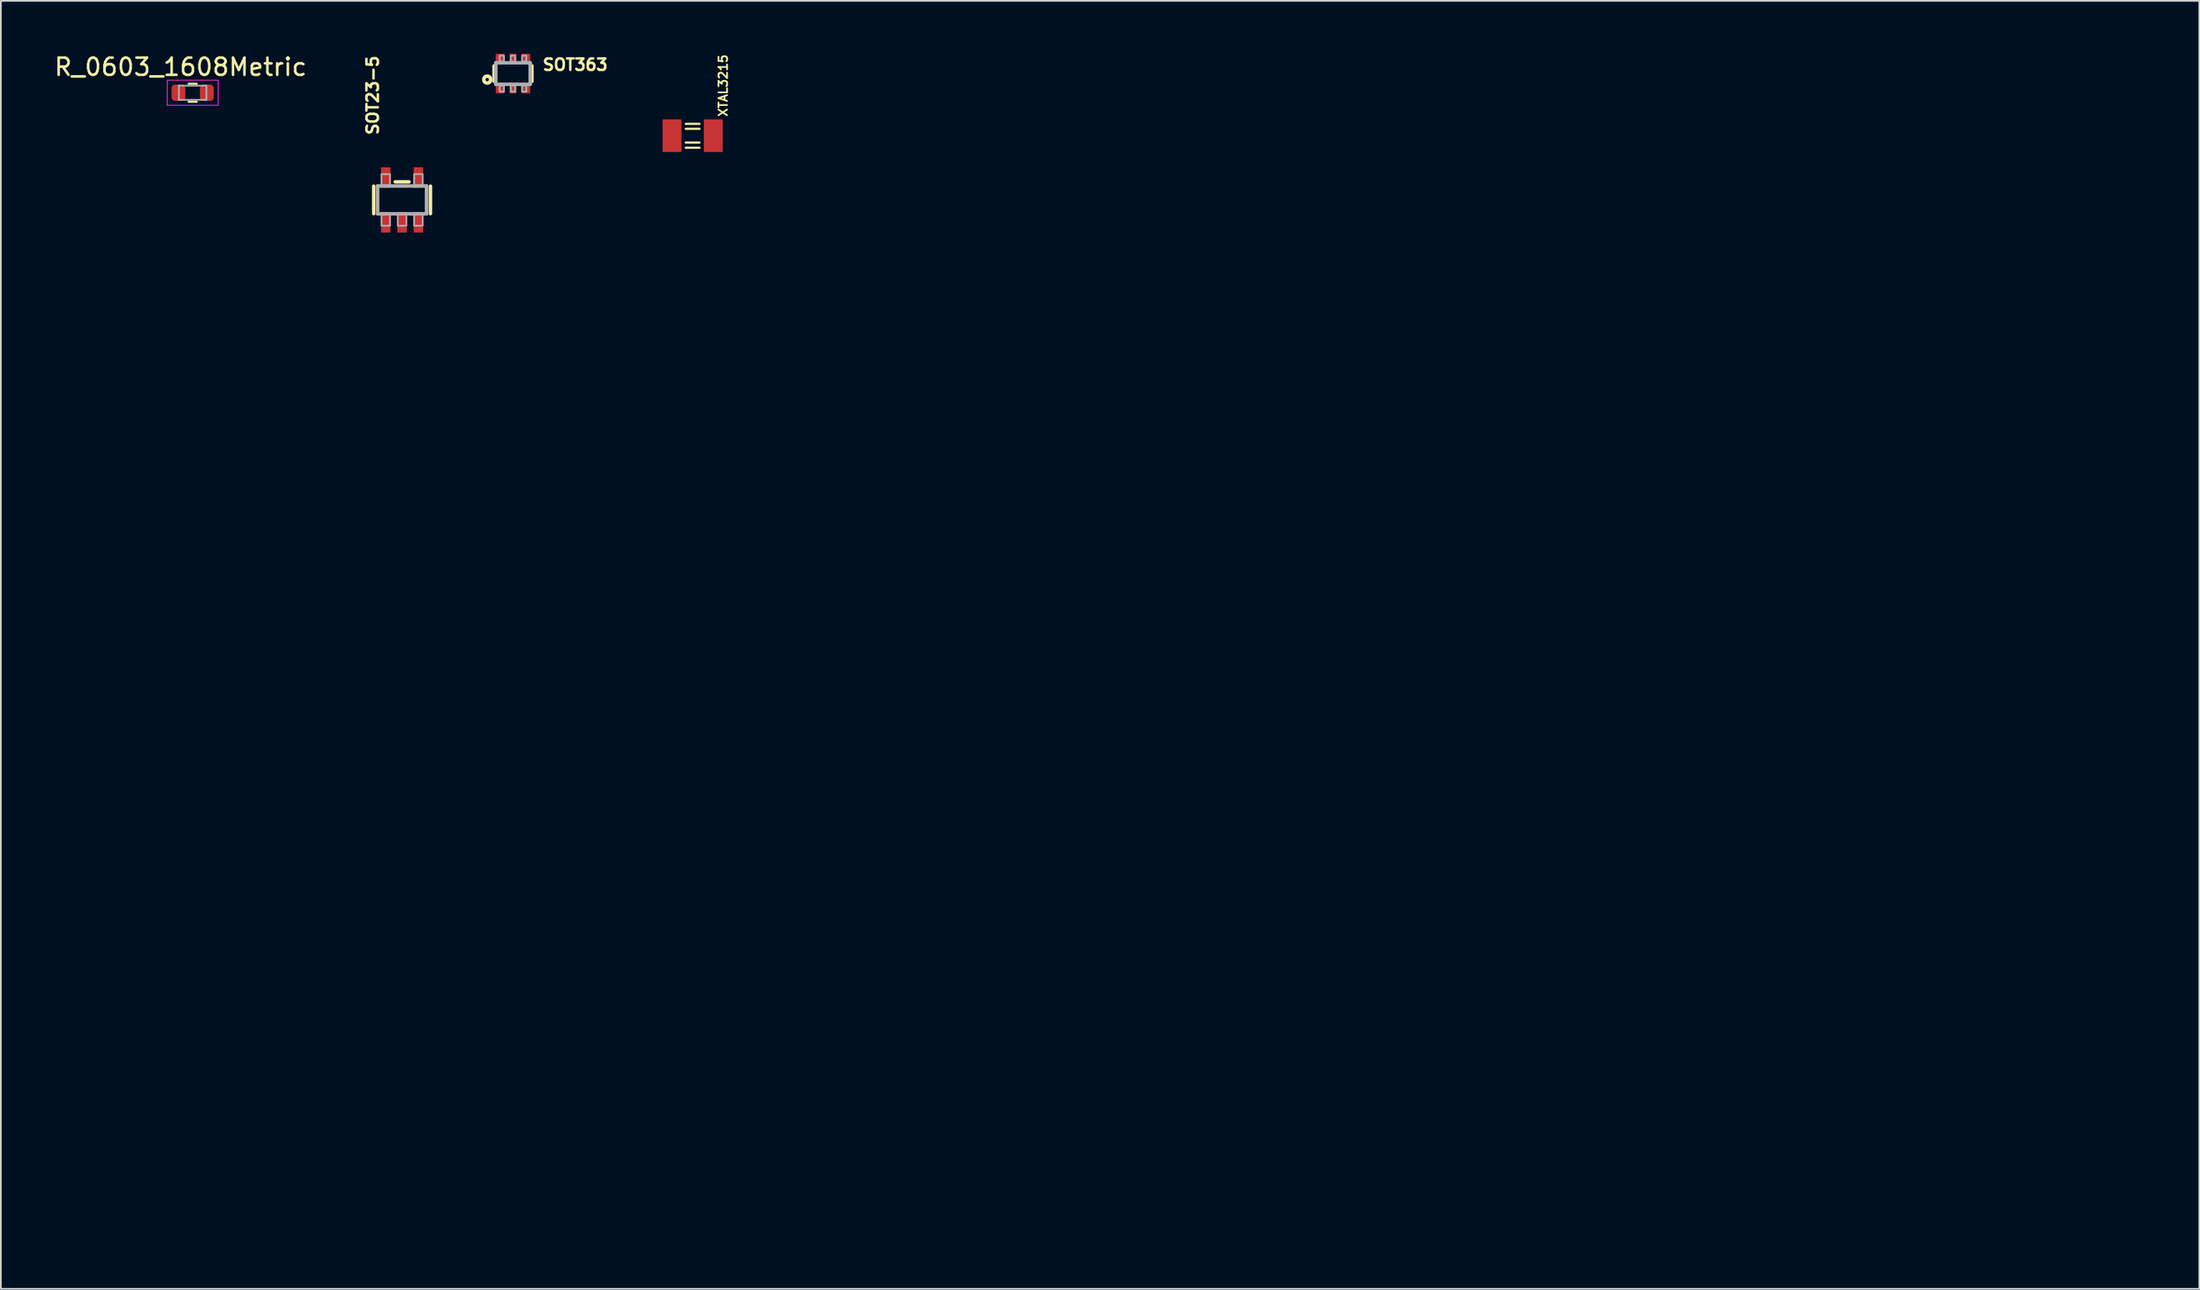
<source format=kicad_pcb>
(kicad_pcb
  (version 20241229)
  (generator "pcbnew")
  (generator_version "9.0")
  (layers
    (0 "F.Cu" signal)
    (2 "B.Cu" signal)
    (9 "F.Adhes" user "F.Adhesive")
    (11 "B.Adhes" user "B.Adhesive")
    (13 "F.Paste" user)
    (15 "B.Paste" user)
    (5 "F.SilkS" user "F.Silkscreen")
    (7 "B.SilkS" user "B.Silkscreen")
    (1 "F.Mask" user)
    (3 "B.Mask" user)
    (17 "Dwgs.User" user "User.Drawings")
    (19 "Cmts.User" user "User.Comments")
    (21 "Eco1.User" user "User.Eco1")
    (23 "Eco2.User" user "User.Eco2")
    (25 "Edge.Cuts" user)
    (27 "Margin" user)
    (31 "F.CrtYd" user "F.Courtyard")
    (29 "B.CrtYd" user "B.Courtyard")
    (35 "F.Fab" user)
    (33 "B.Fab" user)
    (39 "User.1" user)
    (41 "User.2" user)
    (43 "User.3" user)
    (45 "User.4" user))
  (footprint "SOT363"
    (layer "F.Cu")
    (at 26.795 1.232)
    (property "Reference" "SOT363" (at 1.651 -0.127 0) (layer "F.SilkS") (effects (font (size 0.666 0.666) (thickness 0.146)) (justify left bottom)))
    (fp_line (start -1.1 -0.45) (end -1.1 0.45) (stroke (width 0.203) (type solid)) (layer "F.SilkS"))
    (fp_line (start 1.1 -0.45) (end 1.1 0.45) (stroke (width 0.203) (type solid)) (layer "F.SilkS"))
    (fp_circle (center -1.5 0.35) (end -1.4 0.35) (stroke (width 0.203) (type solid)) (fill no) (layer "F.SilkS"))
    (fp_line (start -1 -0.625) (end 1 -0.625) (stroke (width 0.203) (type solid)) (layer "F.Fab"))
    (fp_line (start -1 0.625) (end -1 -0.625) (stroke (width 0.203) (type solid)) (layer "F.Fab"))
    (fp_line (start 1 -0.625) (end 1 0.625) (stroke (width 0.203) (type solid)) (layer "F.Fab"))
    (fp_line (start 1 0.625) (end -1 0.625) (stroke (width 0.203) (type solid)) (layer "F.Fab"))
    (fp_poly (pts (xy -0.775 -0.7) (xy -0.525 -0.7) (xy -0.525 -1.05) (xy -0.775 -1.05)) (stroke (width 0.1) (type solid)) (fill no) (layer "F.Fab"))
    (fp_poly (pts (xy -0.775 1.05) (xy -0.525 1.05) (xy -0.525 0.7) (xy -0.775 0.7)) (stroke (width 0.1) (type solid)) (fill no) (layer "F.Fab"))
    (fp_poly (pts (xy -0.125 -0.7) (xy 0.125 -0.7) (xy 0.125 -1.05) (xy -0.125 -1.05)) (stroke (width 0.1) (type solid)) (fill no) (layer "F.Fab"))
    (fp_poly (pts (xy -0.125 1.05) (xy 0.125 1.05) (xy 0.125 0.7) (xy -0.125 0.7)) (stroke (width 0.1) (type solid)) (fill no) (layer "F.Fab"))
    (fp_poly (pts (xy 0.525 -0.7) (xy 0.775 -0.7) (xy 0.775 -1.05) (xy 0.525 -1.05)) (stroke (width 0.1) (type solid)) (fill no) (layer "F.Fab"))
    (fp_poly (pts (xy 0.525 1.05) (xy 0.775 1.05) (xy 0.775 0.7) (xy 0.525 0.7)) (stroke (width 0.1) (type solid)) (fill no) (layer "F.Fab"))
    (pad "1" smd rect (at -0.75 0.9) (size 0.5 0.5) (layers "F.Cu" "F.Mask" "F.Paste"))
    (pad "2" smd rect (at 0 0.9) (size 0.4 0.5) (layers "F.Cu" "F.Mask" "F.Paste"))
    (pad "3" smd rect (at 0.75 0.9) (size 0.5 0.5) (layers "F.Cu" "F.Mask" "F.Paste"))
    (pad "4" smd rect (at 0.75 -0.9) (size 0.5 0.5) (layers "F.Cu" "F.Mask" "F.Paste"))
    (pad "5" smd rect (at 0 -0.9) (size 0.4 0.5) (layers "F.Cu" "F.Mask" "F.Paste"))
    (pad "6" smd rect (at -0.75 -0.9) (size 0.5 0.5) (layers "F.Cu" "F.Mask" "F.Paste")))
  (footprint "R_0603_1608Metric"
    (layer "F.Cu")
    (at 8.158 2.348)
    (property "Reference" "R_0603_1608Metric" (at -0.7 -1.5 180) (layer "F.SilkS") (effects (font (size 1 1) (thickness 0.15))))
    (attr smd)
    (fp_line (start -0.237 -0.522) (end 0.237 -0.522) (stroke (width 0.12) (type solid)) (layer "F.SilkS"))
    (fp_line (start -0.237 0.522) (end 0.237 0.522) (stroke (width 0.12) (type solid)) (layer "F.SilkS"))
    (fp_line (start -1.48 -0.73) (end 1.48 -0.73) (stroke (width 0.05) (type solid)) (layer "F.CrtYd"))
    (fp_line (start -1.48 0.73) (end -1.48 -0.73) (stroke (width 0.05) (type solid)) (layer "F.CrtYd"))
    (fp_line (start 1.48 -0.73) (end 1.48 0.73) (stroke (width 0.05) (type solid)) (layer "F.CrtYd"))
    (fp_line (start 1.48 0.73) (end -1.48 0.73) (stroke (width 0.05) (type solid)) (layer "F.CrtYd"))
    (fp_line (start -0.8 -0.412) (end 0.8 -0.412) (stroke (width 0.1) (type solid)) (layer "F.Fab"))
    (fp_line (start -0.8 0.412) (end -0.8 -0.412) (stroke (width 0.1) (type solid)) (layer "F.Fab"))
    (fp_line (start 0.8 -0.412) (end 0.8 0.412) (stroke (width 0.1) (type solid)) (layer "F.Fab"))
    (fp_line (start 0.8 0.412) (end -0.8 0.412) (stroke (width 0.1) (type solid)) (layer "F.Fab"))
    (pad "1" smd roundrect (at -0.825 0) (size 0.8 0.95) (layers "F.Cu" "F.Mask" "F.Paste") (roundrect_rratio 0.25))
    (pad "2" smd roundrect (at 0.825 0) (size 0.8 0.95) (layers "F.Cu" "F.Mask" "F.Paste") (roundrect_rratio 0.25)))
  (footprint "SOT23-5"
    (layer "F.Cu")
    (at 20.342 8.584)
    (property "Reference" "SOT23-5" (at -1.32 -3.708 90) (layer "F.SilkS") (effects (font (size 0.666 0.666) (thickness 0.146)) (justify left bottom)))
    (fp_line (start -1.65 -0.8) (end -1.65 0.8) (stroke (width 0.203) (type solid)) (layer "F.SilkS"))
    (fp_line (start -0.4 -1.05) (end 0.4 -1.05) (stroke (width 0.203) (type solid)) (layer "F.SilkS"))
    (fp_line (start 1.65 -0.8) (end 1.65 0.8) (stroke (width 0.203) (type solid)) (layer "F.SilkS"))
    (fp_line (start -1.422 -0.81) (end 1.422 -0.81) (stroke (width 0.203) (type solid)) (layer "F.Fab"))
    (fp_line (start -1.422 0.81) (end -1.422 -0.81) (stroke (width 0.203) (type solid)) (layer "F.Fab"))
    (fp_line (start 1.422 -0.81) (end 1.422 0.81) (stroke (width 0.203) (type solid)) (layer "F.Fab"))
    (fp_line (start 1.422 0.81) (end -1.422 0.81) (stroke (width 0.203) (type solid)) (layer "F.Fab"))
    (fp_poly (pts (xy -1.2 -0.85) (xy -0.7 -0.85) (xy -0.7 -1.5) (xy -1.2 -1.5)) (stroke (width 0.1) (type solid)) (fill no) (layer "F.Fab"))
    (fp_poly (pts (xy -1.2 1.5) (xy -0.7 1.5) (xy -0.7 0.85) (xy -1.2 0.85)) (stroke (width 0.1) (type solid)) (fill no) (layer "F.Fab"))
    (fp_poly (pts (xy -0.25 1.5) (xy 0.25 1.5) (xy 0.25 0.85) (xy -0.25 0.85)) (stroke (width 0.1) (type solid)) (fill no) (layer "F.Fab"))
    (fp_poly (pts (xy 0.7 -0.85) (xy 1.2 -0.85) (xy 1.2 -1.5) (xy 0.7 -1.5)) (stroke (width 0.1) (type solid)) (fill no) (layer "F.Fab"))
    (fp_poly (pts (xy 0.7 1.5) (xy 1.2 1.5) (xy 1.2 0.85) (xy 0.7 0.85)) (stroke (width 0.1) (type solid)) (fill no) (layer "F.Fab"))
    (pad "1" smd rect (at -0.95 1.3) (size 0.55 1.2) (layers "F.Cu" "F.Mask" "F.Paste"))
    (pad "2" smd rect (at 0 1.3) (size 0.55 1.2) (layers "F.Cu" "F.Mask" "F.Paste"))
    (pad "3" smd rect (at 0.95 1.3) (size 0.55 1.2) (layers "F.Cu" "F.Mask" "F.Paste"))
    (pad "4" smd rect (at 0.95 -1.3) (size 0.55 1.2) (layers "F.Cu" "F.Mask" "F.Paste"))
    (pad "5" smd rect (at -0.95 -1.3) (size 0.55 1.2) (layers "F.Cu" "F.Mask" "F.Paste")))
  (footprint "XTAL3215"
    (layer "F.Cu")
    (at 37.247 4.847)
    (property "Reference" "XTAL3215" (at 2.068 -1.052 90) (layer "F.SilkS") (effects (font (size 0.5 0.5) (thickness 0.1)) (justify left bottom)))
    (fp_line (start -0.4 -0.69) (end 0.4 -0.69) (stroke (width 0.127) (type solid)) (layer "F.SilkS"))
    (fp_line (start -0.4 -0.4) (end 0.4 -0.4) (stroke (width 0.127) (type solid)) (layer "F.SilkS"))
    (fp_line (start 0.4 0.4) (end -0.4 0.4) (stroke (width 0.127) (type solid)) (layer "F.SilkS"))
    (fp_line (start 0.4 0.7) (end -0.4 0.7) (stroke (width 0.127) (type solid)) (layer "F.SilkS"))
    (pad "P$1" smd rect (at 1.2 0) (size 1.1 1.9) (layers "F.Cu" "F.Mask" "F.Paste"))
    (pad "P$2" smd rect (at -1.2 0 180) (size 1.1 1.9) (layers "F.Cu" "F.Mask" "F.Paste"))
    (zone (net_name "") (layer "F.Cu") (hatch edge 0.508) (connect_pads) (min_thickness 0.254) (filled_areas_thickness no) (keepout (tracks not_allowed) (vias not_allowed) (pads not_allowed) (copperpour allowed) (footprints allowed)) (placement (enabled no)) (fill) (polygon (pts (xy 121.901 68.961) (xy 120.901 68.961) (xy 120.901 67.161) (xy 121.901 67.161)))))
  (gr_rect
    (start -3 -3)
    (end 124.901 71.961)
    (stroke (width 0.1) (type default))
    (fill no)
    (layer "Edge.Cuts")))
</source>
